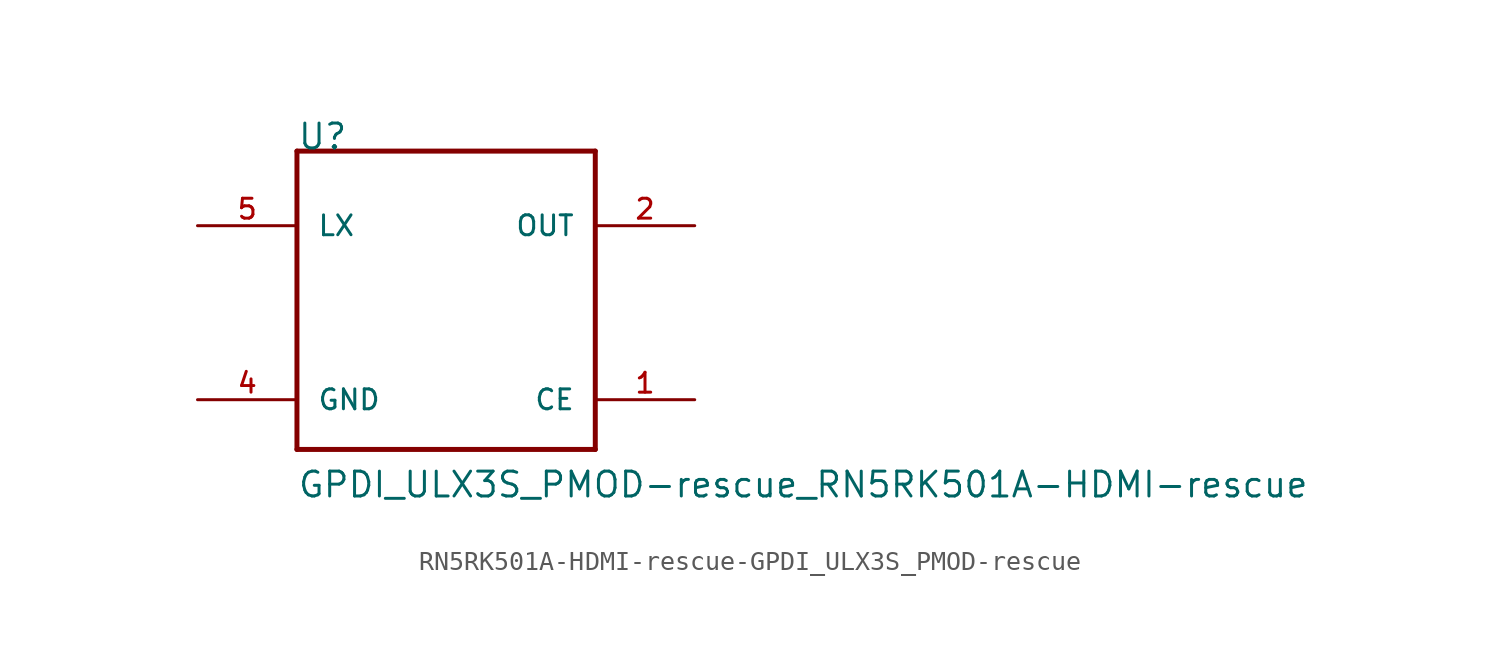
<source format=kicad_sym>
(kicad_symbol_lib
  (version 20220914)
  (generator kicad_symbol_editor)
  (symbol "RN5RK501A-HDMI-rescue-GPDI_ULX3S_PMOD-rescue"
    (pin_names
      (offset 1.016))
    (property "Reference" "U"
      (at -7.62 7.62 0)
      (effects (font (size 1.27 1.27)) (justify left bottom)))
    (property "Value" "GPDI_ULX3S_PMOD-rescue_RN5RK501A-HDMI-rescue"
      (at -7.62 -10.16 0)
      (effects (font (size 1.27 1.27)) (justify left bottom)))
    (symbol "RN5RK501A-HDMI-rescue-GPDI_ULX3S_PMOD-rescue_0_0"
      (polyline (pts (xy -7.62 -7.62) (xy -7.62 7.62)) (stroke (width 0.254) (type solid)) (fill (type none)))
      (polyline (pts (xy -7.62 7.62) (xy 7.62 7.62)) (stroke (width 0.254) (type solid)) (fill (type none)))
      (polyline (pts (xy 7.62 -7.62) (xy -7.62 -7.62)) (stroke (width 0.254) (type solid)) (fill (type none)))
      (polyline (pts (xy 7.62 7.62) (xy 7.62 -7.62)) (stroke (width 0.254) (type solid)) (fill (type none)))
      (pin input line (at 12.7 -5.08 180) (length 5.08) (name "CE" (effects (font (size 1.016 1.016)))) (number "1" (effects (font (size 1.016 1.016)))))
      (pin output line (at 12.7 3.81 180) (length 5.08) (name "OUT" (effects (font (size 1.016 1.016)))) (number "2" (effects (font (size 1.016 1.016)))))
      (pin power_in line (at -12.7 -5.08 0) (length 5.08) (name "GND" (effects (font (size 1.016 1.016)))) (number "4" (effects (font (size 1.016 1.016)))))
      (pin passive line (at -12.7 3.81 0) (length 5.08) (name "LX" (effects (font (size 1.016 1.016)))) (number "5" (effects (font (size 1.016 1.016))))))))
</source>
